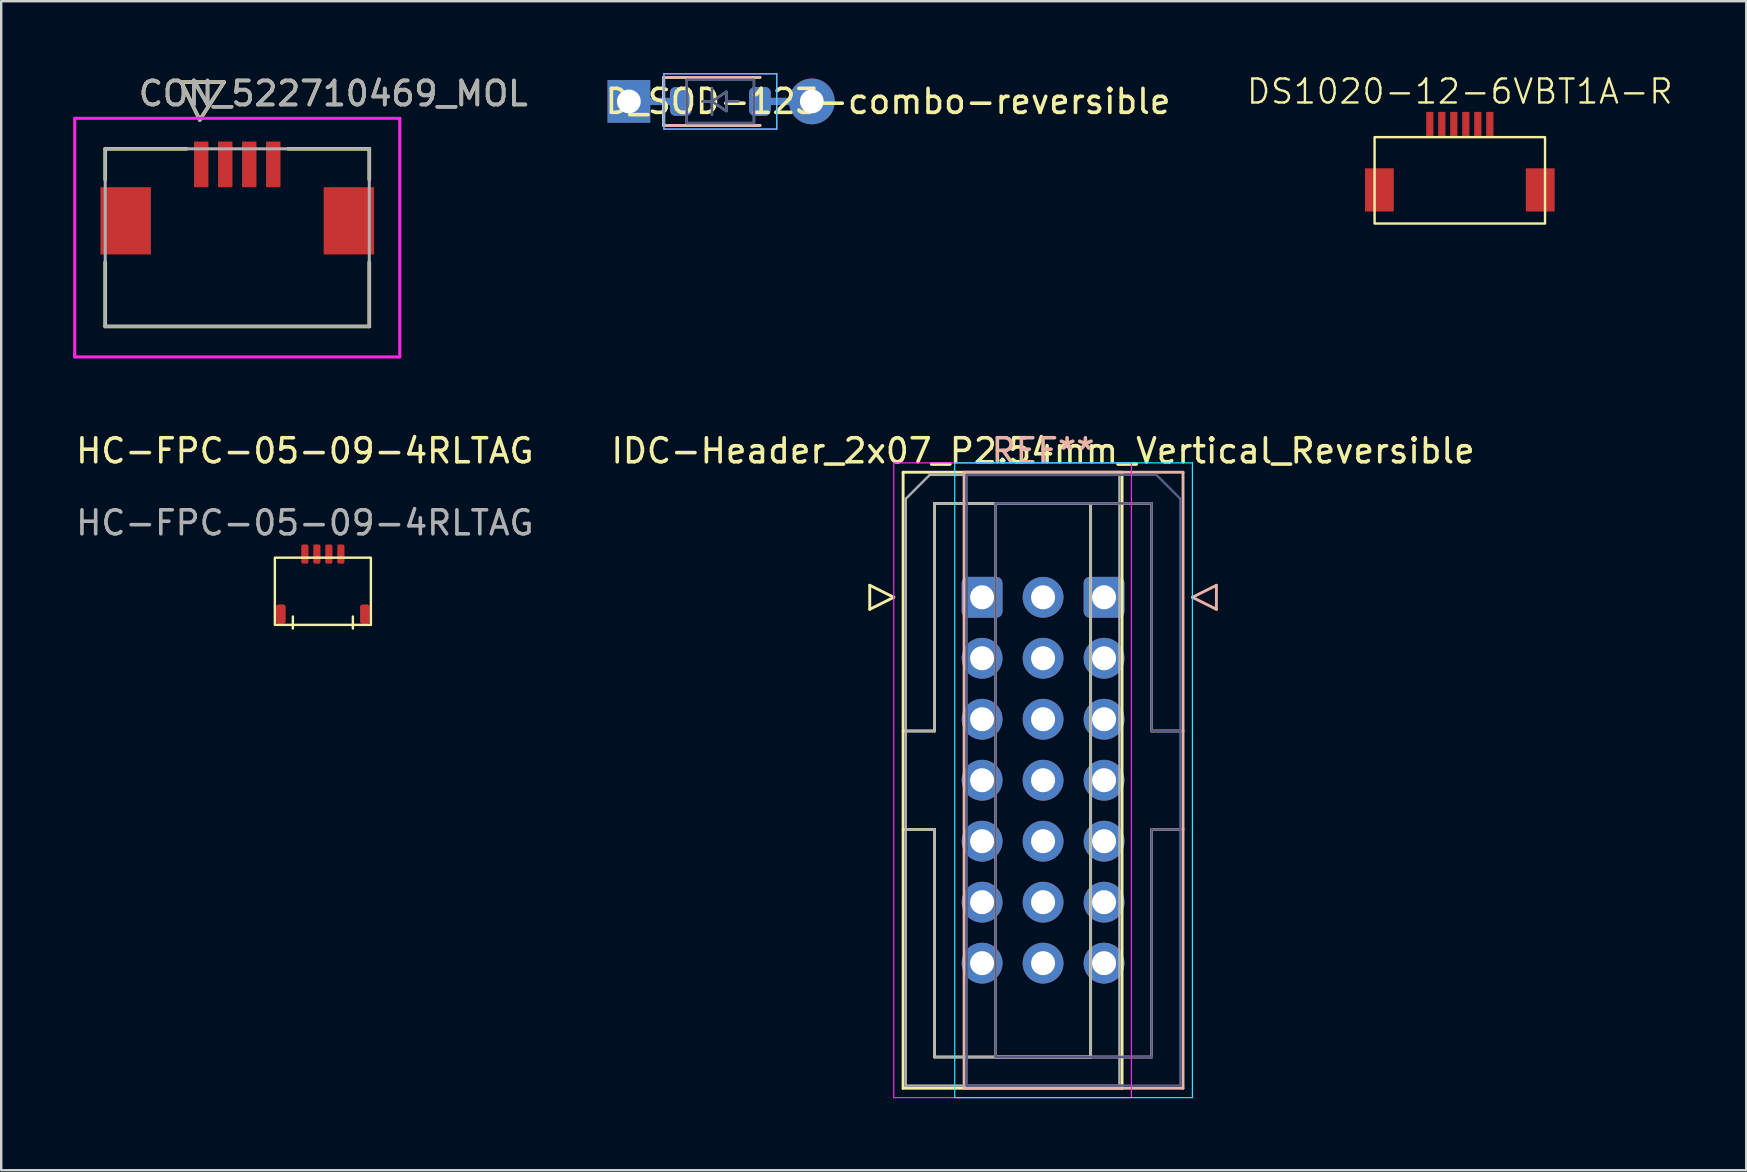
<source format=kicad_pcb>
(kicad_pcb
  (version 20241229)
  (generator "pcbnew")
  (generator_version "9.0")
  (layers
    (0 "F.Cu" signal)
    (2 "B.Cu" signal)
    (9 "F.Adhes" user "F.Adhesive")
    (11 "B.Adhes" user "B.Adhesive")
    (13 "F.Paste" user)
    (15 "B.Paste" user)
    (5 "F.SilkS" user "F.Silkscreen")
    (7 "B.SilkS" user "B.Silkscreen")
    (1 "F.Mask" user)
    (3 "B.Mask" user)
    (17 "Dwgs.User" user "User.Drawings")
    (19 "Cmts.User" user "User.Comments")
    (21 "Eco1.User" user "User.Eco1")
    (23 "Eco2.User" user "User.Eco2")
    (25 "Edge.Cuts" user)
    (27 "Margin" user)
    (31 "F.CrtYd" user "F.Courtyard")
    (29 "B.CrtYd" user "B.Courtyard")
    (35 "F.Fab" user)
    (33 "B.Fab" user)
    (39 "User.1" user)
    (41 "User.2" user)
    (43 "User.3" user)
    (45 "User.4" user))
  (footprint "D_SOD-123-combo-reversible"
    (layer "F.Cu")
    (at 26.956 1.175)
    (property "Reference" "D_SOD-123-combo-reversible" (at 6.985 0 0) (layer "F.SilkS") (effects (font (size 1 1) (thickness 0.15))))
    (attr smd)
    (fp_line (start -2.36 -1) (end -2.36 1) (stroke (width 0.12) (type solid)) (layer "F.SilkS"))
    (fp_line (start -2.36 -1) (end 1.65 -1) (stroke (width 0.12) (type solid)) (layer "F.SilkS"))
    (fp_line (start -2.36 1) (end 1.65 1) (stroke (width 0.12) (type solid)) (layer "F.SilkS"))
    (fp_line (start -2.36 -1) (end -2.36 1) (stroke (width 0.12) (type solid)) (layer "B.SilkS"))
    (fp_line (start -2.36 -1) (end 1.65 -1) (stroke (width 0.12) (type solid)) (layer "B.SilkS"))
    (fp_line (start -2.36 1) (end 1.65 1) (stroke (width 0.12) (type solid)) (layer "B.SilkS"))
    (fp_line (start -2.35 -1.15) (end -2.35 1.15) (stroke (width 0.05) (type solid)) (layer "B.CrtYd"))
    (fp_line (start -2.35 -1.15) (end 2.35 -1.15) (stroke (width 0.05) (type solid)) (layer "B.CrtYd"))
    (fp_line (start 2.35 -1.15) (end 2.35 1.15) (stroke (width 0.05) (type solid)) (layer "B.CrtYd"))
    (fp_line (start 2.35 1.15) (end -2.35 1.15) (stroke (width 0.05) (type solid)) (layer "B.CrtYd"))
    (fp_line (start -2.35 -1.15) (end -2.35 1.15) (stroke (width 0.05) (type solid)) (layer "F.CrtYd"))
    (fp_line (start -2.35 -1.15) (end 2.35 -1.15) (stroke (width 0.05) (type solid)) (layer "F.CrtYd"))
    (fp_line (start 2.35 -1.15) (end 2.35 1.15) (stroke (width 0.05) (type solid)) (layer "F.CrtYd"))
    (fp_line (start 2.35 1.15) (end -2.35 1.15) (stroke (width 0.05) (type solid)) (layer "F.CrtYd"))
    (fp_line (start -1.4 -0.9) (end 1.4 -0.9) (stroke (width 0.1) (type solid)) (layer "B.Fab"))
    (fp_line (start -1.4 0.9) (end -1.4 -0.9) (stroke (width 0.1) (type solid)) (layer "B.Fab"))
    (fp_line (start -0.75 0) (end -0.35 0) (stroke (width 0.1) (type solid)) (layer "B.Fab"))
    (fp_line (start -0.35 0) (end -0.35 -0.55) (stroke (width 0.1) (type solid)) (layer "B.Fab"))
    (fp_line (start -0.35 0) (end -0.35 0.55) (stroke (width 0.1) (type solid)) (layer "B.Fab"))
    (fp_line (start -0.35 0) (end 0.25 -0.4) (stroke (width 0.1) (type solid)) (layer "B.Fab"))
    (fp_line (start 0.25 -0.4) (end 0.25 0.4) (stroke (width 0.1) (type solid)) (layer "B.Fab"))
    (fp_line (start 0.25 0) (end 0.75 0) (stroke (width 0.1) (type solid)) (layer "B.Fab"))
    (fp_line (start 0.25 0.4) (end -0.35 0) (stroke (width 0.1) (type solid)) (layer "B.Fab"))
    (fp_line (start 1.4 -0.9) (end 1.4 0.9) (stroke (width 0.1) (type solid)) (layer "B.Fab"))
    (fp_line (start 1.4 0.9) (end -1.4 0.9) (stroke (width 0.1) (type solid)) (layer "B.Fab"))
    (fp_line (start -1.4 -0.9) (end 1.4 -0.9) (stroke (width 0.1) (type solid)) (layer "F.Fab"))
    (fp_line (start -1.4 0.9) (end -1.4 -0.9) (stroke (width 0.1) (type solid)) (layer "F.Fab"))
    (fp_line (start -0.75 0) (end -0.35 0) (stroke (width 0.1) (type solid)) (layer "F.Fab"))
    (fp_line (start -0.35 0) (end -0.35 -0.55) (stroke (width 0.1) (type solid)) (layer "F.Fab"))
    (fp_line (start -0.35 0) (end -0.35 0.55) (stroke (width 0.1) (type solid)) (layer "F.Fab"))
    (fp_line (start -0.35 0) (end 0.25 -0.4) (stroke (width 0.1) (type solid)) (layer "F.Fab"))
    (fp_line (start 0.25 -0.4) (end 0.25 0.4) (stroke (width 0.1) (type solid)) (layer "F.Fab"))
    (fp_line (start 0.25 0) (end 0.75 0) (stroke (width 0.1) (type solid)) (layer "F.Fab"))
    (fp_line (start 0.25 0.4) (end -0.35 0) (stroke (width 0.1) (type solid)) (layer "F.Fab"))
    (fp_line (start 1.4 -0.9) (end 1.4 0.9) (stroke (width 0.1) (type solid)) (layer "F.Fab"))
    (fp_line (start 1.4 0.9) (end -1.4 0.9) (stroke (width 0.1) (type solid)) (layer "F.Fab"))
    (pad "1" thru_hole rect (at -3.81 0) (size 1.778 1.778) (drill 0.991) (layers "*.Cu" "*.Mask"))
    (pad "1" smd rect (at -2.5 0) (size 1 0.3) (layers "F.Cu"))
    (pad "1" smd rect (at -2.5 0) (size 1 0.3) (layers "B.Cu"))
    (pad "1" smd roundrect (at -1.65 0) (size 0.9 1.2) (layers "F.Cu" "F.Mask" "F.Paste") (roundrect_rratio 0.25))
    (pad "1" smd roundrect (at -1.65 0) (size 0.9 1.2) (layers "B.Cu" "B.Mask" "B.Paste") (roundrect_rratio 0.25))
    (pad "2" smd roundrect (at 1.65 0) (size 0.9 1.2) (layers "F.Cu" "F.Mask" "F.Paste") (roundrect_rratio 0.25))
    (pad "2" smd roundrect (at 1.65 0) (size 0.9 1.2) (layers "B.Cu" "B.Mask" "B.Paste") (roundrect_rratio 0.25))
    (pad "2" smd rect (at 2.5 0) (size 1 0.3) (layers "F.Cu"))
    (pad "2" smd rect (at 2.5 0) (size 1 0.3) (layers "B.Cu"))
    (pad "2" thru_hole circle (at 3.81 0) (size 1.905 1.905) (drill 0.991) (layers "*.Cu" "*.Mask")))
  (footprint "HC-FPC-05-09-4RLTAG"
    (layer "F.Cu")
    (at 9.649 20.03)
    (property "Reference" "HC-FPC-05-09-4RLTAG" (at 0 -4.3 0) (unlocked yes) (layer "F.SilkS") (effects (font (size 1 1) (thickness 0.15))))
    (attr smd)
    (fp_line (start -0.5 2.6) (end -0.5 3.1) (stroke (width 0.1) (type default)) (layer "F.SilkS"))
    (fp_line (start 2 2.6) (end 2 3.1) (stroke (width 0.1) (type default)) (layer "F.SilkS"))
    (fp_rect (start -1.25 0.15) (end 2.75 2.95) (stroke (width 0.1) (type default)) (fill no) (layer "F.SilkS"))
    (fp_text user "${REFERENCE}" (at 0 -1.3 0) (unlocked yes) (layer "F.Fab") (effects (font (size 1 1) (thickness 0.15))))
    (pad "1" smd roundrect (at 0 0) (size 0.3 0.8) (layers "F.Cu" "F.Mask" "F.Paste") (roundrect_rratio 0.25))
    (pad "2" smd roundrect (at 0.5 0) (size 0.3 0.8) (layers "F.Cu" "F.Mask" "F.Paste") (roundrect_rratio 0.25))
    (pad "3" smd roundrect (at 1 0) (size 0.3 0.8) (layers "F.Cu" "F.Mask" "F.Paste") (roundrect_rratio 0.25))
    (pad "4" smd roundrect (at 1.5 0) (size 0.3 0.8) (layers "F.Cu" "F.Mask" "F.Paste") (roundrect_rratio 0.25))
    (pad "5" smd roundrect (at -1 2.5) (size 0.4 0.8) (layers "F.Cu" "F.Mask" "F.Paste") (roundrect_rratio 0.25))
    (pad "6" smd roundrect (at 2.5 2.5) (size 0.4 0.8) (layers "F.Cu" "F.Mask" "F.Paste") (roundrect_rratio 0.25)))
  (footprint "IDC-Header_2x07_P2.54mm_Vertical_Reversible"
    (layer "F.Cu")
    (at 37.859 21.83)
    (property "Reference" "IDC-Header_2x07_P2.54mm_Vertical_Reversible" (at 2.54 -6.1 0) (layer "F.SilkS") (effects (font (size 1 1) (thickness 0.15))))
    (attr through_hole)
    (fp_line (start -4.68 -0.5) (end -4.68 0.5) (stroke (width 0.12) (type solid)) (layer "F.SilkS"))
    (fp_line (start -4.68 0.5) (end -3.68 0) (stroke (width 0.12) (type solid)) (layer "F.SilkS"))
    (fp_line (start -3.68 0) (end -4.68 -0.5) (stroke (width 0.12) (type solid)) (layer "F.SilkS"))
    (fp_line (start -3.29 -5.21) (end 5.83 -5.21) (stroke (width 0.12) (type solid)) (layer "F.SilkS"))
    (fp_line (start -3.29 5.57) (end -1.98 5.57) (stroke (width 0.12) (type solid)) (layer "F.SilkS"))
    (fp_line (start -3.29 20.45) (end -3.29 -5.21) (stroke (width 0.12) (type solid)) (layer "F.SilkS"))
    (fp_line (start -1.98 -3.91) (end 4.52 -3.91) (stroke (width 0.12) (type solid)) (layer "F.SilkS"))
    (fp_line (start -1.98 5.57) (end -1.98 -3.91) (stroke (width 0.12) (type solid)) (layer "F.SilkS"))
    (fp_line (start -1.98 9.67) (end -3.29 9.67) (stroke (width 0.12) (type solid)) (layer "F.SilkS"))
    (fp_line (start -1.98 9.67) (end -1.98 9.67) (stroke (width 0.12) (type solid)) (layer "F.SilkS"))
    (fp_line (start -1.98 19.15) (end -1.98 9.67) (stroke (width 0.12) (type solid)) (layer "F.SilkS"))
    (fp_line (start 4.52 -3.91) (end 4.52 19.15) (stroke (width 0.12) (type solid)) (layer "F.SilkS"))
    (fp_line (start 4.52 19.15) (end -1.98 19.15) (stroke (width 0.12) (type solid)) (layer "F.SilkS"))
    (fp_line (start 5.83 -5.21) (end 5.83 20.45) (stroke (width 0.12) (type solid)) (layer "F.SilkS"))
    (fp_line (start 5.83 20.45) (end -3.29 20.45) (stroke (width 0.12) (type solid)) (layer "F.SilkS"))
    (fp_line (start -0.75 -5.21) (end -0.75 20.45) (stroke (width 0.12) (type solid)) (layer "B.SilkS"))
    (fp_line (start -0.75 20.45) (end 8.37 20.45) (stroke (width 0.12) (type solid)) (layer "B.SilkS"))
    (fp_line (start 0.56 -3.91) (end 0.56 19.15) (stroke (width 0.12) (type solid)) (layer "B.SilkS"))
    (fp_line (start 0.56 19.15) (end 7.06 19.15) (stroke (width 0.12) (type solid)) (layer "B.SilkS"))
    (fp_line (start 7.06 -3.91) (end 0.56 -3.91) (stroke (width 0.12) (type solid)) (layer "B.SilkS"))
    (fp_line (start 7.06 5.57) (end 7.06 -3.91) (stroke (width 0.12) (type solid)) (layer "B.SilkS"))
    (fp_line (start 7.06 9.67) (end 7.06 9.67) (stroke (width 0.12) (type solid)) (layer "B.SilkS"))
    (fp_line (start 7.06 9.67) (end 8.37 9.67) (stroke (width 0.12) (type solid)) (layer "B.SilkS"))
    (fp_line (start 7.06 19.15) (end 7.06 9.67) (stroke (width 0.12) (type solid)) (layer "B.SilkS"))
    (fp_line (start 8.37 -5.21) (end -0.75 -5.21) (stroke (width 0.12) (type solid)) (layer "B.SilkS"))
    (fp_line (start 8.37 5.57) (end 7.06 5.57) (stroke (width 0.12) (type solid)) (layer "B.SilkS"))
    (fp_line (start 8.37 20.45) (end 8.37 -5.21) (stroke (width 0.12) (type solid)) (layer "B.SilkS"))
    (fp_line (start 8.76 0) (end 9.76 -0.5) (stroke (width 0.12) (type solid)) (layer "B.SilkS"))
    (fp_line (start 9.76 -0.5) (end 9.76 0.5) (stroke (width 0.12) (type solid)) (layer "B.SilkS"))
    (fp_line (start 9.76 0.5) (end 8.76 0) (stroke (width 0.12) (type solid)) (layer "B.SilkS"))
    (fp_line (start -1.14 -5.6) (end 8.76 -5.6) (stroke (width 0.05) (type solid)) (layer "B.CrtYd"))
    (fp_line (start -1.14 20.84) (end -1.14 -5.6) (stroke (width 0.05) (type solid)) (layer "B.CrtYd"))
    (fp_line (start 8.76 -5.6) (end 8.76 20.84) (stroke (width 0.05) (type solid)) (layer "B.CrtYd"))
    (fp_line (start 8.76 20.84) (end -1.14 20.84) (stroke (width 0.05) (type solid)) (layer "B.CrtYd"))
    (fp_line (start -3.68 -5.6) (end -3.68 20.84) (stroke (width 0.05) (type solid)) (layer "F.CrtYd"))
    (fp_line (start -3.68 20.84) (end 6.22 20.84) (stroke (width 0.05) (type solid)) (layer "F.CrtYd"))
    (fp_line (start 6.22 -5.6) (end -3.68 -5.6) (stroke (width 0.05) (type solid)) (layer "F.CrtYd"))
    (fp_line (start 6.22 20.84) (end 6.22 -5.6) (stroke (width 0.05) (type solid)) (layer "F.CrtYd"))
    (fp_line (start -0.64 -5.1) (end -0.64 20.34) (stroke (width 0.1) (type solid)) (layer "B.Fab"))
    (fp_line (start -0.64 20.34) (end 8.26 20.34) (stroke (width 0.1) (type solid)) (layer "B.Fab"))
    (fp_line (start 0.56 -3.91) (end 0.56 19.15) (stroke (width 0.1) (type solid)) (layer "B.Fab"))
    (fp_line (start 0.56 19.15) (end 7.06 19.15) (stroke (width 0.1) (type solid)) (layer "B.Fab"))
    (fp_line (start 7.06 -3.91) (end 0.56 -3.91) (stroke (width 0.1) (type solid)) (layer "B.Fab"))
    (fp_line (start 7.06 5.57) (end 7.06 -3.91) (stroke (width 0.1) (type solid)) (layer "B.Fab"))
    (fp_line (start 7.06 9.67) (end 7.06 9.67) (stroke (width 0.1) (type solid)) (layer "B.Fab"))
    (fp_line (start 7.06 9.67) (end 8.26 9.67) (stroke (width 0.1) (type solid)) (layer "B.Fab"))
    (fp_line (start 7.06 19.15) (end 7.06 9.67) (stroke (width 0.1) (type solid)) (layer "B.Fab"))
    (fp_line (start 7.26 -5.1) (end -0.64 -5.1) (stroke (width 0.1) (type solid)) (layer "B.Fab"))
    (fp_line (start 8.26 -4.1) (end 7.26 -5.1) (stroke (width 0.1) (type solid)) (layer "B.Fab"))
    (fp_line (start 8.26 5.57) (end 7.06 5.57) (stroke (width 0.1) (type solid)) (layer "B.Fab"))
    (fp_line (start 8.26 20.34) (end 8.26 -4.1) (stroke (width 0.1) (type solid)) (layer "B.Fab"))
    (fp_line (start -3.18 -4.1) (end -2.18 -5.1) (stroke (width 0.1) (type solid)) (layer "F.Fab"))
    (fp_line (start -3.18 5.57) (end -1.98 5.57) (stroke (width 0.1) (type solid)) (layer "F.Fab"))
    (fp_line (start -3.18 20.34) (end -3.18 -4.1) (stroke (width 0.1) (type solid)) (layer "F.Fab"))
    (fp_line (start -2.18 -5.1) (end 5.72 -5.1) (stroke (width 0.1) (type solid)) (layer "F.Fab"))
    (fp_line (start -1.98 -3.91) (end 4.52 -3.91) (stroke (width 0.1) (type solid)) (layer "F.Fab"))
    (fp_line (start -1.98 5.57) (end -1.98 -3.91) (stroke (width 0.1) (type solid)) (layer "F.Fab"))
    (fp_line (start -1.98 9.67) (end -3.18 9.67) (stroke (width 0.1) (type solid)) (layer "F.Fab"))
    (fp_line (start -1.98 9.67) (end -1.98 9.67) (stroke (width 0.1) (type solid)) (layer "F.Fab"))
    (fp_line (start -1.98 19.15) (end -1.98 9.67) (stroke (width 0.1) (type solid)) (layer "F.Fab"))
    (fp_line (start 4.52 -3.91) (end 4.52 19.15) (stroke (width 0.1) (type solid)) (layer "F.Fab"))
    (fp_line (start 4.52 19.15) (end -1.98 19.15) (stroke (width 0.1) (type solid)) (layer "F.Fab"))
    (fp_line (start 5.72 -5.1) (end 5.72 20.34) (stroke (width 0.1) (type solid)) (layer "F.Fab"))
    (fp_line (start 5.72 20.34) (end -3.18 20.34) (stroke (width 0.1) (type solid)) (layer "F.Fab"))
    (fp_text user "REF**" (at 2.54 -6.1 0) (layer "B.SilkS") (effects (font (size 1 1) (thickness 0.15))))
    (pad "1" thru_hole roundrect (at 0 0) (size 1.7 1.7) (drill 1) (layers "*.Cu" "*.Mask") (roundrect_rratio 0.147))
    (pad "1" thru_hole roundrect (at 5.08 0) (size 1.7 1.7) (drill 1) (layers "*.Cu" "*.Mask") (roundrect_rratio 0.147))
    (pad "2" thru_hole circle (at 2.54 0) (size 1.7 1.7) (drill 1) (layers "*.Cu" "*.Mask"))
    (pad "3" thru_hole circle (at 0 2.54) (size 1.7 1.7) (drill 1) (layers "*.Cu" "*.Mask"))
    (pad "3" thru_hole circle (at 5.08 2.54) (size 1.7 1.7) (drill 1) (layers "*.Cu" "*.Mask"))
    (pad "4" thru_hole circle (at 2.54 2.54) (size 1.7 1.7) (drill 1) (layers "*.Cu" "*.Mask"))
    (pad "5" thru_hole circle (at 0 5.08) (size 1.7 1.7) (drill 1) (layers "*.Cu" "*.Mask"))
    (pad "5" thru_hole circle (at 5.08 5.08) (size 1.7 1.7) (drill 1) (layers "*.Cu" "*.Mask"))
    (pad "6" thru_hole circle (at 2.54 5.08) (size 1.7 1.7) (drill 1) (layers "*.Cu" "*.Mask"))
    (pad "7" thru_hole circle (at 0 7.62) (size 1.7 1.7) (drill 1) (layers "*.Cu" "*.Mask"))
    (pad "7" thru_hole circle (at 5.08 7.62) (size 1.7 1.7) (drill 1) (layers "*.Cu" "*.Mask"))
    (pad "8" thru_hole circle (at 2.54 7.62) (size 1.7 1.7) (drill 1) (layers "*.Cu" "*.Mask"))
    (pad "9" thru_hole circle (at 0 10.16) (size 1.7 1.7) (drill 1) (layers "*.Cu" "*.Mask"))
    (pad "9" thru_hole circle (at 5.08 10.16) (size 1.7 1.7) (drill 1) (layers "*.Cu" "*.Mask"))
    (pad "10" thru_hole circle (at 2.54 10.16) (size 1.7 1.7) (drill 1) (layers "*.Cu" "*.Mask"))
    (pad "11" thru_hole circle (at 0 12.7) (size 1.7 1.7) (drill 1) (layers "*.Cu" "*.Mask"))
    (pad "11" thru_hole circle (at 5.08 12.7) (size 1.7 1.7) (drill 1) (layers "*.Cu" "*.Mask"))
    (pad "12" thru_hole circle (at 2.54 12.7) (size 1.7 1.7) (drill 1) (layers "*.Cu" "*.Mask"))
    (pad "13" thru_hole circle (at 0 15.24) (size 1.7 1.7) (drill 1) (layers "*.Cu" "*.Mask"))
    (pad "13" thru_hole circle (at 5.08 15.24) (size 1.7 1.7) (drill 1) (layers "*.Cu" "*.Mask"))
    (pad "14" thru_hole circle (at 2.54 15.24) (size 1.7 1.7) (drill 1) (layers "*.Cu" "*.Mask")))
  (footprint "CON_522710469_MOL"
    (layer "F.Cu")
    (at 6.833 6.848)
    (property "Reference" "CON_522710469_MOL" (at 4 -6 0) (unlocked yes) (layer "F.SilkS") (effects (font (size 1 1) (thickness 0.15))))
    (attr smd)
    (fp_line (start -5.5 -3.7) (end -5.5 -2.417) (stroke (width 0.152) (type solid)) (layer "F.SilkS"))
    (fp_line (start -5.5 1.018) (end -5.5 3.7) (stroke (width 0.152) (type solid)) (layer "F.SilkS"))
    (fp_line (start -5.5 3.7) (end 5.5 3.7) (stroke (width 0.152) (type solid)) (layer "F.SilkS"))
    (fp_line (start -2.325 -6.479) (end -1.563 -4.904) (stroke (width 0.152) (type solid)) (layer "F.SilkS"))
    (fp_line (start -2.325 -6.479) (end -0.547 -6.479) (stroke (width 0.152) (type solid)) (layer "F.SilkS"))
    (fp_line (start -2.117 -3.7) (end -5.5 -3.7) (stroke (width 0.152) (type solid)) (layer "F.SilkS"))
    (fp_line (start -0.547 -6.479) (end -1.563 -4.904) (stroke (width 0.152) (type solid)) (layer "F.SilkS"))
    (fp_line (start 5.5 -3.7) (end 2.118 -3.7) (stroke (width 0.152) (type solid)) (layer "F.SilkS"))
    (fp_line (start 5.5 -2.417) (end 5.5 -3.7) (stroke (width 0.152) (type solid)) (layer "F.SilkS"))
    (fp_line (start 5.5 3.7) (end 5.5 1.018) (stroke (width 0.152) (type solid)) (layer "F.SilkS"))
    (fp_line (start -6.77 -4.97) (end -6.77 4.97) (stroke (width 0.127) (type solid)) (layer "F.CrtYd"))
    (fp_line (start -6.77 4.97) (end 6.77 4.97) (stroke (width 0.127) (type solid)) (layer "F.CrtYd"))
    (fp_line (start 6.77 -4.97) (end -6.77 -4.97) (stroke (width 0.127) (type solid)) (layer "F.CrtYd"))
    (fp_line (start 6.77 4.97) (end 6.77 -4.97) (stroke (width 0.127) (type solid)) (layer "F.CrtYd"))
    (fp_line (start -5.5 -3.7) (end -5.5 3.7) (stroke (width 0.127) (type solid)) (layer "F.Fab"))
    (fp_line (start -5.5 3.7) (end 5.5 3.7) (stroke (width 0.127) (type solid)) (layer "F.Fab"))
    (fp_line (start -2.325 -6.479) (end -1.563 -4.904) (stroke (width 0.127) (type solid)) (layer "F.Fab"))
    (fp_line (start -2.325 -6.479) (end -0.547 -6.479) (stroke (width 0.127) (type solid)) (layer "F.Fab"))
    (fp_line (start -0.547 -6.479) (end -1.563 -4.904) (stroke (width 0.127) (type solid)) (layer "F.Fab"))
    (fp_line (start 5.5 -3.7) (end -5.5 -3.7) (stroke (width 0.127) (type solid)) (layer "F.Fab"))
    (fp_line (start 5.5 3.7) (end 5.5 -3.7) (stroke (width 0.127) (type solid)) (layer "F.Fab"))
    (fp_text user "${REFERENCE}" (at 4 -6 0) (unlocked yes) (layer "F.Fab") (effects (font (size 1 1) (thickness 0.15))))
    (pad "1" smd rect (at -1.5 -3.05) (size 0.6 1.9) (layers "F.Cu" "F.Mask" "F.Paste"))
    (pad "2" smd rect (at -0.5 -3.05) (size 0.6 1.9) (layers "F.Cu" "F.Mask" "F.Paste"))
    (pad "3" smd rect (at 0.5 -3.05) (size 0.6 1.9) (layers "F.Cu" "F.Mask" "F.Paste"))
    (pad "4" smd rect (at 1.5 -3.05) (size 0.6 1.9) (layers "F.Cu" "F.Mask" "F.Paste"))
    (pad "P1" smd rect (at -4.65 -0.7) (size 2.1 2.8) (layers "F.Cu" "F.Mask" "F.Paste"))
    (pad "P2" smd rect (at 4.65 -0.7) (size 2.1 2.8) (layers "F.Cu" "F.Mask" "F.Paste")))
  (footprint "DS1020-12-6VBT1A-R"
    (layer "F.Cu")
    (at 57.758 2.111)
    (property "Reference" "DS1020-12-6VBT1A-R" (at 0 -1.35 0) (unlocked yes) (layer "F.SilkS") (effects (font (size 1 1) (thickness 0.1))))
    (attr smd)
    (fp_rect (start -3.55 0.55) (end 3.55 4.15) (stroke (width 0.1) (type default)) (fill no) (layer "F.SilkS"))
    (pad "" smd rect (at -3.35 2.75) (size 1.2 1.8) (layers "F.Cu" "F.Mask" "F.Paste"))
    (pad "" smd rect (at 3.35 2.75) (size 1.2 1.8) (layers "F.Cu" "F.Mask" "F.Paste"))
    (pad "1" smd rect (at -1.25 0) (size 0.3 1) (layers "F.Cu" "F.Mask" "F.Paste"))
    (pad "2" smd rect (at -0.75 0) (size 0.3 1) (layers "F.Cu" "F.Mask" "F.Paste"))
    (pad "3" smd rect (at -0.25 0) (size 0.3 1) (layers "F.Cu" "F.Mask" "F.Paste"))
    (pad "4" smd rect (at 0.25 0) (size 0.3 1) (layers "F.Cu" "F.Mask" "F.Paste"))
    (pad "5" smd rect (at 0.75 0) (size 0.3 1) (layers "F.Cu" "F.Mask" "F.Paste"))
    (pad "6" smd rect (at 1.25 0) (size 0.3 1) (layers "F.Cu" "F.Mask" "F.Paste")))
  (gr_rect
    (start -3 -3)
    (end 69.689 45.695)
    (stroke (width 0.1) (type default))
    (fill no)
    (layer "Edge.Cuts")))
</source>
